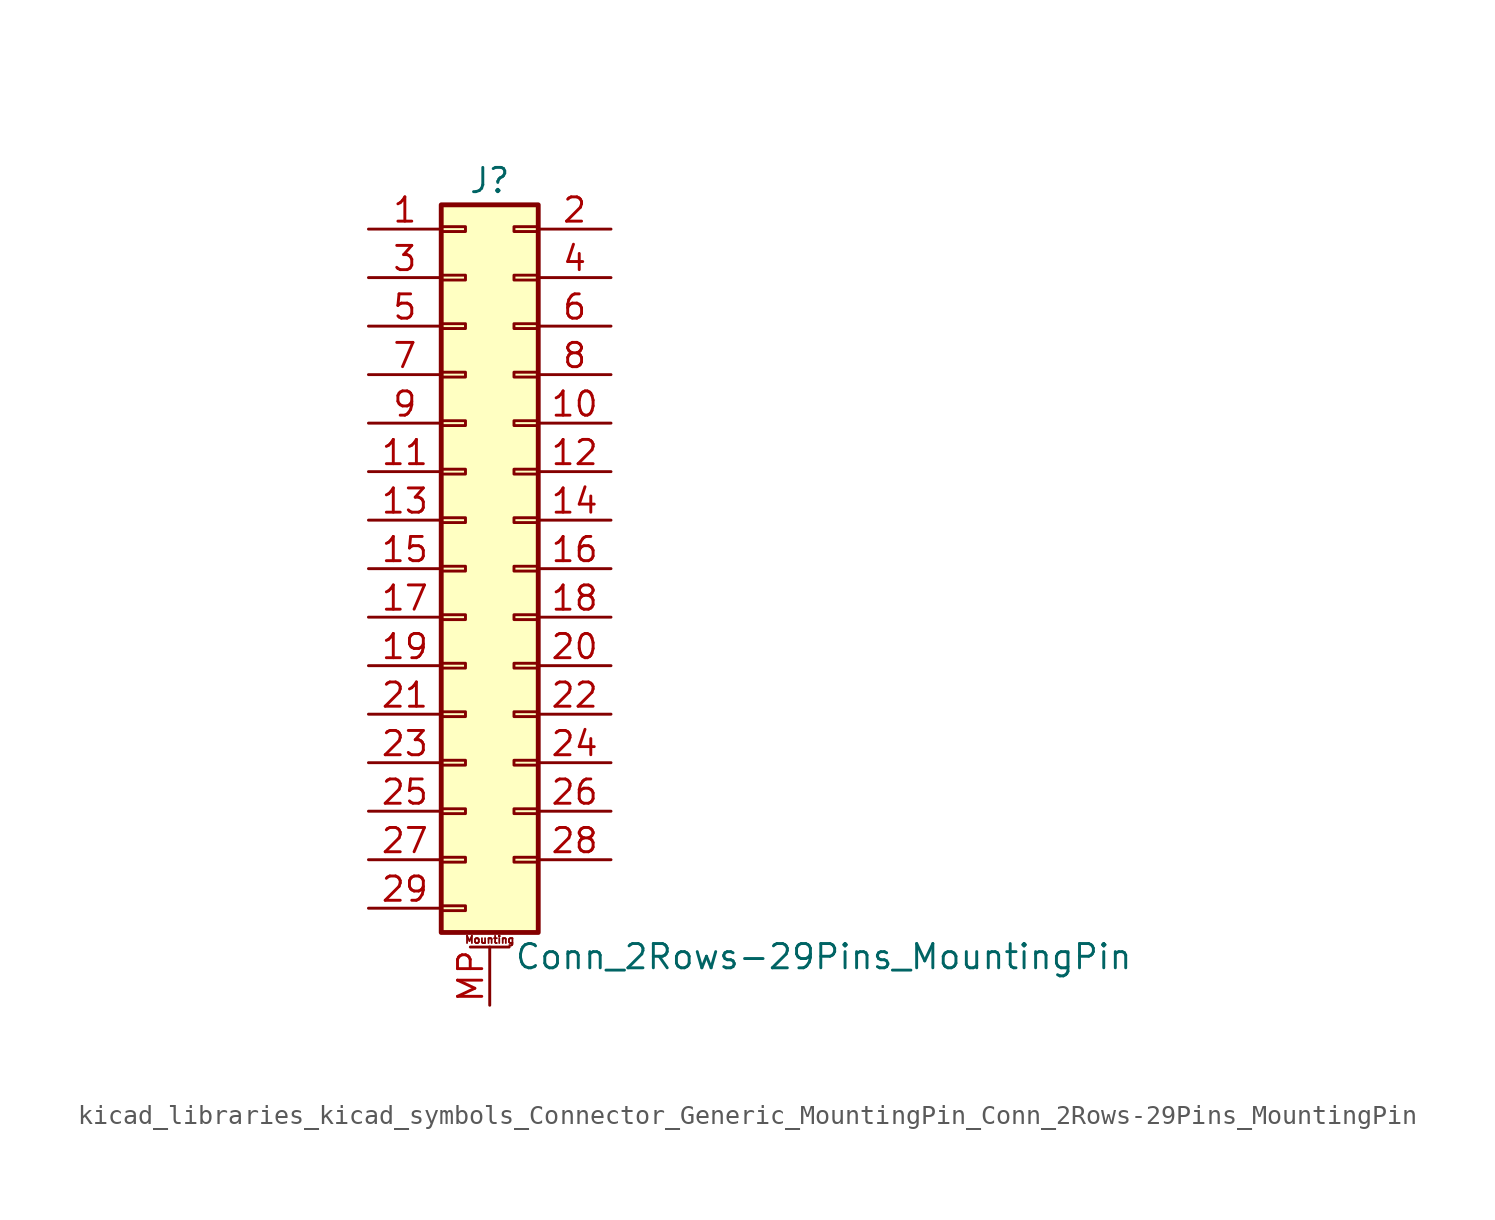
<source format=kicad_sym>
(kicad_symbol_lib
  (version 20220914)
  (generator kicad_symbol_editor)
  (symbol "kicad_libraries_kicad_symbols_Connector_Generic_MountingPin_Conn_2Rows-29Pins_MountingPin"
    (pin_names
      (offset 1.016) hide)
    (property "Reference" "J"
      (at 1.27 20.32 0)
      (effects (font (size 1.27 1.27))))
    (property "Value" "Conn_2Rows-29Pins_MountingPin"
      (at 2.54 -20.32 0)
      (effects (font (size 1.27 1.27)) (justify left)))
    (symbol "kicad_libraries_kicad_symbols_Connector_Generic_MountingPin_Conn_2Rows-29Pins_MountingPin_1_1"
      (rectangle (start -1.27 -17.653) (end 0 -17.907) (stroke (width 0.152) (type default)) (fill (type none)))
      (rectangle (start -1.27 -15.113) (end 0 -15.367) (stroke (width 0.152) (type default)) (fill (type none)))
      (rectangle (start -1.27 -12.573) (end 0 -12.827) (stroke (width 0.152) (type default)) (fill (type none)))
      (rectangle (start -1.27 -10.033) (end 0 -10.287) (stroke (width 0.152) (type default)) (fill (type none)))
      (rectangle (start -1.27 -7.493) (end 0 -7.747) (stroke (width 0.152) (type default)) (fill (type none)))
      (rectangle (start -1.27 -4.953) (end 0 -5.207) (stroke (width 0.152) (type default)) (fill (type none)))
      (rectangle (start -1.27 -2.413) (end 0 -2.667) (stroke (width 0.152) (type default)) (fill (type none)))
      (rectangle (start -1.27 0.127) (end 0 -0.127) (stroke (width 0.152) (type default)) (fill (type none)))
      (rectangle (start -1.27 2.667) (end 0 2.413) (stroke (width 0.152) (type default)) (fill (type none)))
      (rectangle (start -1.27 5.207) (end 0 4.953) (stroke (width 0.152) (type default)) (fill (type none)))
      (rectangle (start -1.27 7.747) (end 0 7.493) (stroke (width 0.152) (type default)) (fill (type none)))
      (rectangle (start -1.27 10.287) (end 0 10.033) (stroke (width 0.152) (type default)) (fill (type none)))
      (rectangle (start -1.27 12.827) (end 0 12.573) (stroke (width 0.152) (type default)) (fill (type none)))
      (rectangle (start -1.27 15.367) (end 0 15.113) (stroke (width 0.152) (type default)) (fill (type none)))
      (rectangle (start -1.27 17.907) (end 0 17.653) (stroke (width 0.152) (type default)) (fill (type none)))
      (rectangle (start -1.27 19.05) (end 3.81 -19.05) (stroke (width 0.254) (type default)) (fill (type background)))
      (polyline (pts (xy 0.254 -19.812) (xy 2.286 -19.812)) (stroke (width 0.152) (type default)) (fill (type none)))
      (rectangle (start 3.81 -15.113) (end 2.54 -15.367) (stroke (width 0.152) (type default)) (fill (type none)))
      (rectangle (start 3.81 -12.573) (end 2.54 -12.827) (stroke (width 0.152) (type default)) (fill (type none)))
      (rectangle (start 3.81 -10.033) (end 2.54 -10.287) (stroke (width 0.152) (type default)) (fill (type none)))
      (rectangle (start 3.81 -7.493) (end 2.54 -7.747) (stroke (width 0.152) (type default)) (fill (type none)))
      (rectangle (start 3.81 -4.953) (end 2.54 -5.207) (stroke (width 0.152) (type default)) (fill (type none)))
      (rectangle (start 3.81 -2.413) (end 2.54 -2.667) (stroke (width 0.152) (type default)) (fill (type none)))
      (rectangle (start 3.81 0.127) (end 2.54 -0.127) (stroke (width 0.152) (type default)) (fill (type none)))
      (rectangle (start 3.81 2.667) (end 2.54 2.413) (stroke (width 0.152) (type default)) (fill (type none)))
      (rectangle (start 3.81 5.207) (end 2.54 4.953) (stroke (width 0.152) (type default)) (fill (type none)))
      (rectangle (start 3.81 7.747) (end 2.54 7.493) (stroke (width 0.152) (type default)) (fill (type none)))
      (rectangle (start 3.81 10.287) (end 2.54 10.033) (stroke (width 0.152) (type default)) (fill (type none)))
      (rectangle (start 3.81 12.827) (end 2.54 12.573) (stroke (width 0.152) (type default)) (fill (type none)))
      (rectangle (start 3.81 15.367) (end 2.54 15.113) (stroke (width 0.152) (type default)) (fill (type none)))
      (rectangle (start 3.81 17.907) (end 2.54 17.653) (stroke (width 0.152) (type default)) (fill (type none)))
      (text "Mounting" (at 1.27 -19.431 0) (effects (font (size 0.381 0.381))))
      (pin passive line (at -5.08 17.78 0) (length 3.81) (name "Pin_1" (effects (font (size 1.27 1.27)))) (number "1" (effects (font (size 1.27 1.27)))))
      (pin passive line (at 7.62 7.62 180) (length 3.81) (name "Pin_10" (effects (font (size 1.27 1.27)))) (number "10" (effects (font (size 1.27 1.27)))))
      (pin passive line (at -5.08 5.08 0) (length 3.81) (name "Pin_11" (effects (font (size 1.27 1.27)))) (number "11" (effects (font (size 1.27 1.27)))))
      (pin passive line (at 7.62 5.08 180) (length 3.81) (name "Pin_12" (effects (font (size 1.27 1.27)))) (number "12" (effects (font (size 1.27 1.27)))))
      (pin passive line (at -5.08 2.54 0) (length 3.81) (name "Pin_13" (effects (font (size 1.27 1.27)))) (number "13" (effects (font (size 1.27 1.27)))))
      (pin passive line (at 7.62 2.54 180) (length 3.81) (name "Pin_14" (effects (font (size 1.27 1.27)))) (number "14" (effects (font (size 1.27 1.27)))))
      (pin passive line (at -5.08 0 0) (length 3.81) (name "Pin_15" (effects (font (size 1.27 1.27)))) (number "15" (effects (font (size 1.27 1.27)))))
      (pin passive line (at 7.62 0 180) (length 3.81) (name "Pin_16" (effects (font (size 1.27 1.27)))) (number "16" (effects (font (size 1.27 1.27)))))
      (pin passive line (at -5.08 -2.54 0) (length 3.81) (name "Pin_17" (effects (font (size 1.27 1.27)))) (number "17" (effects (font (size 1.27 1.27)))))
      (pin passive line (at 7.62 -2.54 180) (length 3.81) (name "Pin_18" (effects (font (size 1.27 1.27)))) (number "18" (effects (font (size 1.27 1.27)))))
      (pin passive line (at -5.08 -5.08 0) (length 3.81) (name "Pin_19" (effects (font (size 1.27 1.27)))) (number "19" (effects (font (size 1.27 1.27)))))
      (pin passive line (at 7.62 17.78 180) (length 3.81) (name "Pin_2" (effects (font (size 1.27 1.27)))) (number "2" (effects (font (size 1.27 1.27)))))
      (pin passive line (at 7.62 -5.08 180) (length 3.81) (name "Pin_20" (effects (font (size 1.27 1.27)))) (number "20" (effects (font (size 1.27 1.27)))))
      (pin passive line (at -5.08 -7.62 0) (length 3.81) (name "Pin_21" (effects (font (size 1.27 1.27)))) (number "21" (effects (font (size 1.27 1.27)))))
      (pin passive line (at 7.62 -7.62 180) (length 3.81) (name "Pin_22" (effects (font (size 1.27 1.27)))) (number "22" (effects (font (size 1.27 1.27)))))
      (pin passive line (at -5.08 -10.16 0) (length 3.81) (name "Pin_23" (effects (font (size 1.27 1.27)))) (number "23" (effects (font (size 1.27 1.27)))))
      (pin passive line (at 7.62 -10.16 180) (length 3.81) (name "Pin_24" (effects (font (size 1.27 1.27)))) (number "24" (effects (font (size 1.27 1.27)))))
      (pin passive line (at -5.08 -12.7 0) (length 3.81) (name "Pin_25" (effects (font (size 1.27 1.27)))) (number "25" (effects (font (size 1.27 1.27)))))
      (pin passive line (at 7.62 -12.7 180) (length 3.81) (name "Pin_26" (effects (font (size 1.27 1.27)))) (number "26" (effects (font (size 1.27 1.27)))))
      (pin passive line (at -5.08 -15.24 0) (length 3.81) (name "Pin_27" (effects (font (size 1.27 1.27)))) (number "27" (effects (font (size 1.27 1.27)))))
      (pin passive line (at 7.62 -15.24 180) (length 3.81) (name "Pin_28" (effects (font (size 1.27 1.27)))) (number "28" (effects (font (size 1.27 1.27)))))
      (pin passive line (at -5.08 -17.78 0) (length 3.81) (name "Pin_29" (effects (font (size 1.27 1.27)))) (number "29" (effects (font (size 1.27 1.27)))))
      (pin passive line (at -5.08 15.24 0) (length 3.81) (name "Pin_3" (effects (font (size 1.27 1.27)))) (number "3" (effects (font (size 1.27 1.27)))))
      (pin passive line (at 7.62 15.24 180) (length 3.81) (name "Pin_4" (effects (font (size 1.27 1.27)))) (number "4" (effects (font (size 1.27 1.27)))))
      (pin passive line (at -5.08 12.7 0) (length 3.81) (name "Pin_5" (effects (font (size 1.27 1.27)))) (number "5" (effects (font (size 1.27 1.27)))))
      (pin passive line (at 7.62 12.7 180) (length 3.81) (name "Pin_6" (effects (font (size 1.27 1.27)))) (number "6" (effects (font (size 1.27 1.27)))))
      (pin passive line (at -5.08 10.16 0) (length 3.81) (name "Pin_7" (effects (font (size 1.27 1.27)))) (number "7" (effects (font (size 1.27 1.27)))))
      (pin passive line (at 7.62 10.16 180) (length 3.81) (name "Pin_8" (effects (font (size 1.27 1.27)))) (number "8" (effects (font (size 1.27 1.27)))))
      (pin passive line (at -5.08 7.62 0) (length 3.81) (name "Pin_9" (effects (font (size 1.27 1.27)))) (number "9" (effects (font (size 1.27 1.27)))))
      (pin passive line (at 1.27 -22.86 90) (length 3.048) (name "MountPin" (effects (font (size 1.27 1.27)))) (number "MP" (effects (font (size 1.27 1.27))))))))
</source>
